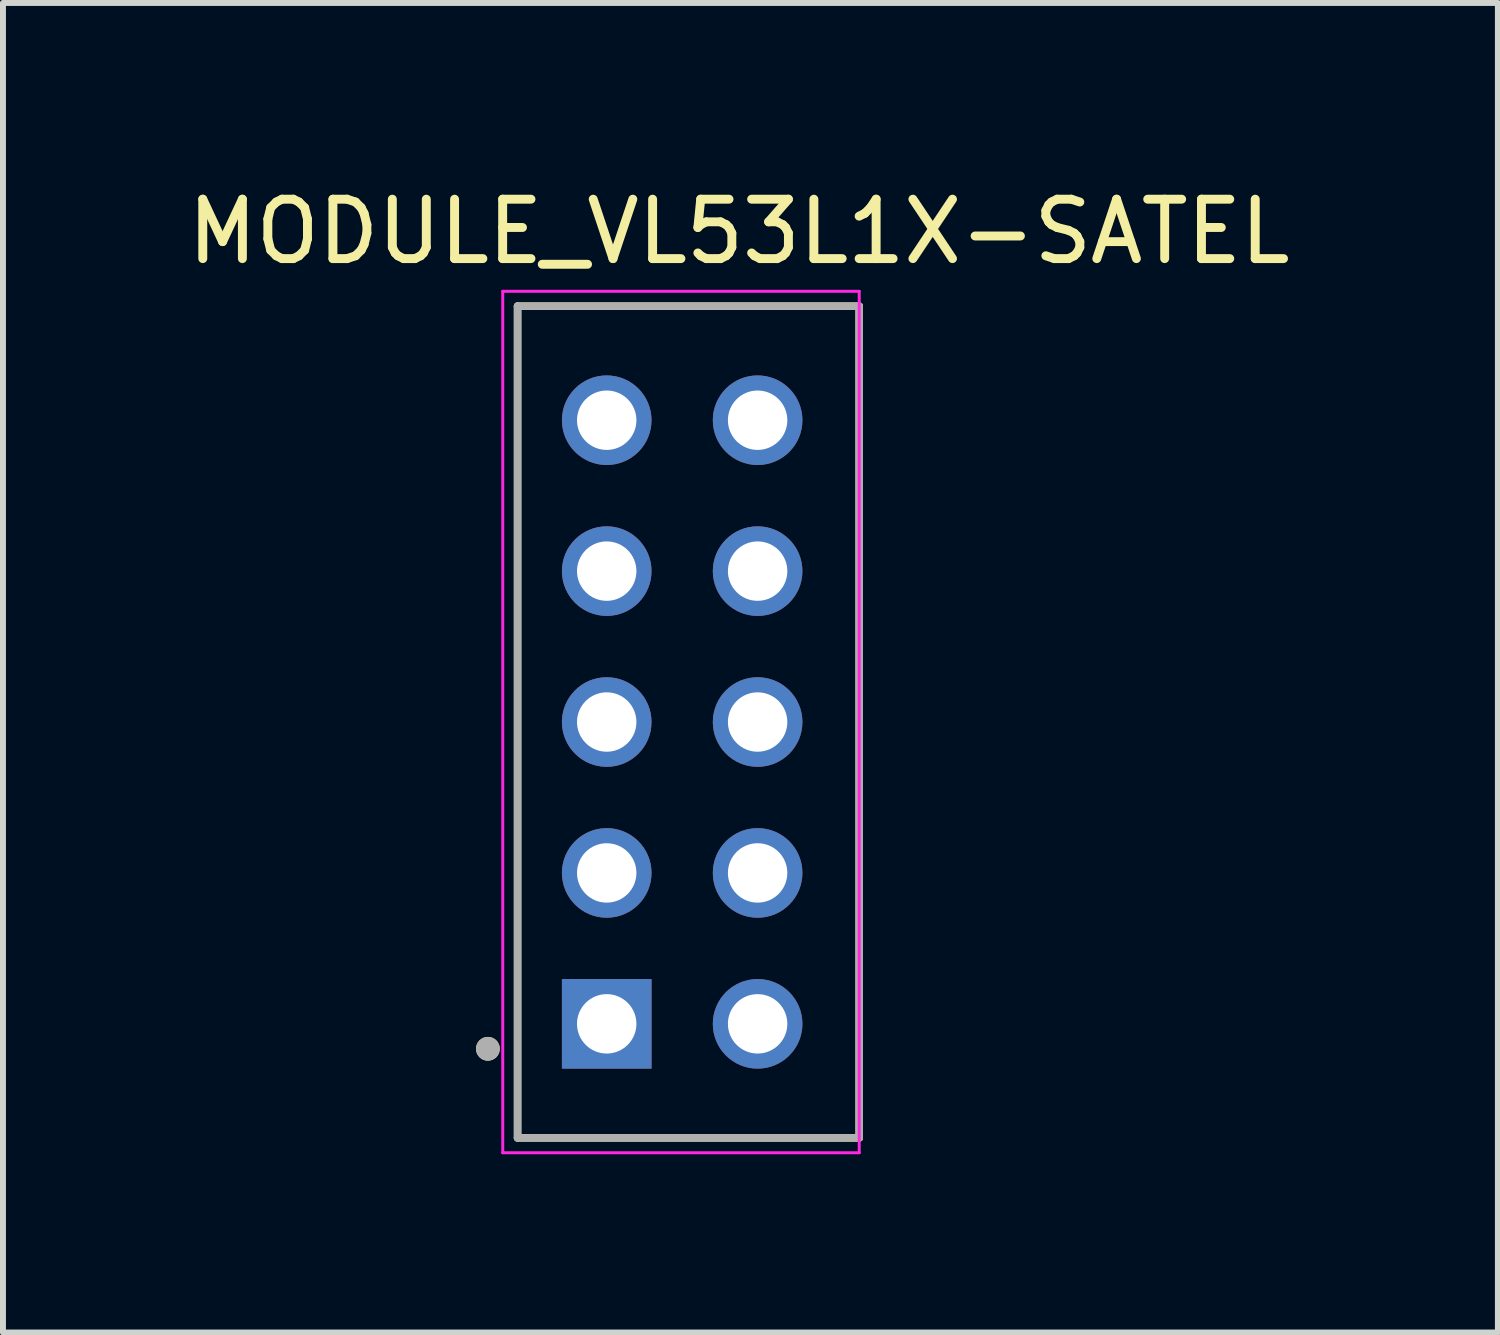
<source format=kicad_pcb>
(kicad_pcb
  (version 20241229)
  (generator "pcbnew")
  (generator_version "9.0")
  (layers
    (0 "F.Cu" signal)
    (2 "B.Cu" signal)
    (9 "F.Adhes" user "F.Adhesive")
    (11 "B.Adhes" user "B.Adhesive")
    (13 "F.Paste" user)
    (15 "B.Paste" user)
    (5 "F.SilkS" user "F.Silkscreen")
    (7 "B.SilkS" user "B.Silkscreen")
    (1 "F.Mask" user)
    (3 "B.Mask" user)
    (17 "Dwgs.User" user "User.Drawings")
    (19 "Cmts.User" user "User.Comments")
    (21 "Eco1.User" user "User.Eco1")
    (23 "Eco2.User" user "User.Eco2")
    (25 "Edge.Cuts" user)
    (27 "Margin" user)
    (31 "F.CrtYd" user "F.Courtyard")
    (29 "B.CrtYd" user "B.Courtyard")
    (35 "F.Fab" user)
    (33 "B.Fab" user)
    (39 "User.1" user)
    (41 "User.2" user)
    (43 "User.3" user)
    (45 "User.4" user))
  (footprint "MODULE_VL53L1X-SATEL"
    (layer "F.Cu")
    (at 18.912 9.103)
    (property "Reference" "MODULE_VL53L1X-SATEL" (at -9.525 -8.255 0) (layer "F.SilkS") (effects (font (size 1 1) (thickness 0.15))))
    (attr through_hole)
    (fp_line (start -13.25 -7) (end -13.25 7) (stroke (width 0.127) (type solid)) (layer "F.SilkS"))
    (fp_line (start -13.25 7) (end -7.5 7) (stroke (width 0.127) (type solid)) (layer "F.SilkS"))
    (fp_line (start -7.5 -7) (end -13.25 -7) (stroke (width 0.127) (type solid)) (layer "F.SilkS"))
    (fp_line (start -7.5 7) (end -7.5 -7) (stroke (width 0.127) (type solid)) (layer "F.SilkS"))
    (fp_circle (center -13.75 5.5) (end -13.65 5.5) (stroke (width 0.2) (type solid)) (fill no) (layer "F.SilkS"))
    (fp_line (start -13.5 -7.25) (end -7.5 -7.25) (stroke (width 0.05) (type solid)) (layer "F.CrtYd"))
    (fp_line (start -13.5 7.25) (end -13.5 -7.25) (stroke (width 0.05) (type solid)) (layer "F.CrtYd"))
    (fp_line (start -7.5 -7.25) (end -7.5 7.25) (stroke (width 0.05) (type solid)) (layer "F.CrtYd"))
    (fp_line (start -7.5 7.25) (end -13.5 7.25) (stroke (width 0.05) (type solid)) (layer "F.CrtYd"))
    (fp_line (start -13.25 -7) (end -13.25 7) (stroke (width 0.127) (type solid)) (layer "F.Fab"))
    (fp_line (start -13.25 7) (end -7.5 7) (stroke (width 0.127) (type solid)) (layer "F.Fab"))
    (fp_line (start -7.5 -7) (end -13.25 -7) (stroke (width 0.127) (type solid)) (layer "F.Fab"))
    (fp_line (start -7.5 7) (end -7.5 -7) (stroke (width 0.127) (type solid)) (layer "F.Fab"))
    (fp_circle (center -13.75 5.5) (end -13.65 5.5) (stroke (width 0.2) (type solid)) (fill no) (layer "F.Fab"))
    (pad "1" thru_hole rect (at -11.75 5.08) (size 1.508 1.508) (drill 1) (layers "*.Cu" "*.Mask"))
    (pad "2" thru_hole circle (at -9.21 5.08) (size 1.508 1.508) (drill 1) (layers "*.Cu" "*.Mask"))
    (pad "3" thru_hole circle (at -11.75 2.54) (size 1.508 1.508) (drill 1) (layers "*.Cu" "*.Mask"))
    (pad "4" thru_hole circle (at -9.21 2.54) (size 1.508 1.508) (drill 1) (layers "*.Cu" "*.Mask"))
    (pad "5" thru_hole circle (at -11.75 0) (size 1.508 1.508) (drill 1) (layers "*.Cu" "*.Mask"))
    (pad "6" thru_hole circle (at -9.21 0) (size 1.508 1.508) (drill 1) (layers "*.Cu" "*.Mask"))
    (pad "7" thru_hole circle (at -11.75 -2.54) (size 1.508 1.508) (drill 1) (layers "*.Cu" "*.Mask"))
    (pad "8" thru_hole circle (at -9.21 -2.54) (size 1.508 1.508) (drill 1) (layers "*.Cu" "*.Mask"))
    (pad "9" thru_hole circle (at -11.75 -5.08) (size 1.508 1.508) (drill 1) (layers "*.Cu" "*.Mask"))
    (pad "10" thru_hole circle (at -9.21 -5.08) (size 1.508 1.508) (drill 1) (layers "*.Cu" "*.Mask")))
  (gr_rect
    (start -3 -3)
    (end 22.162 19.378)
    (stroke (width 0.1) (type default))
    (fill no)
    (layer "Edge.Cuts")))
</source>
